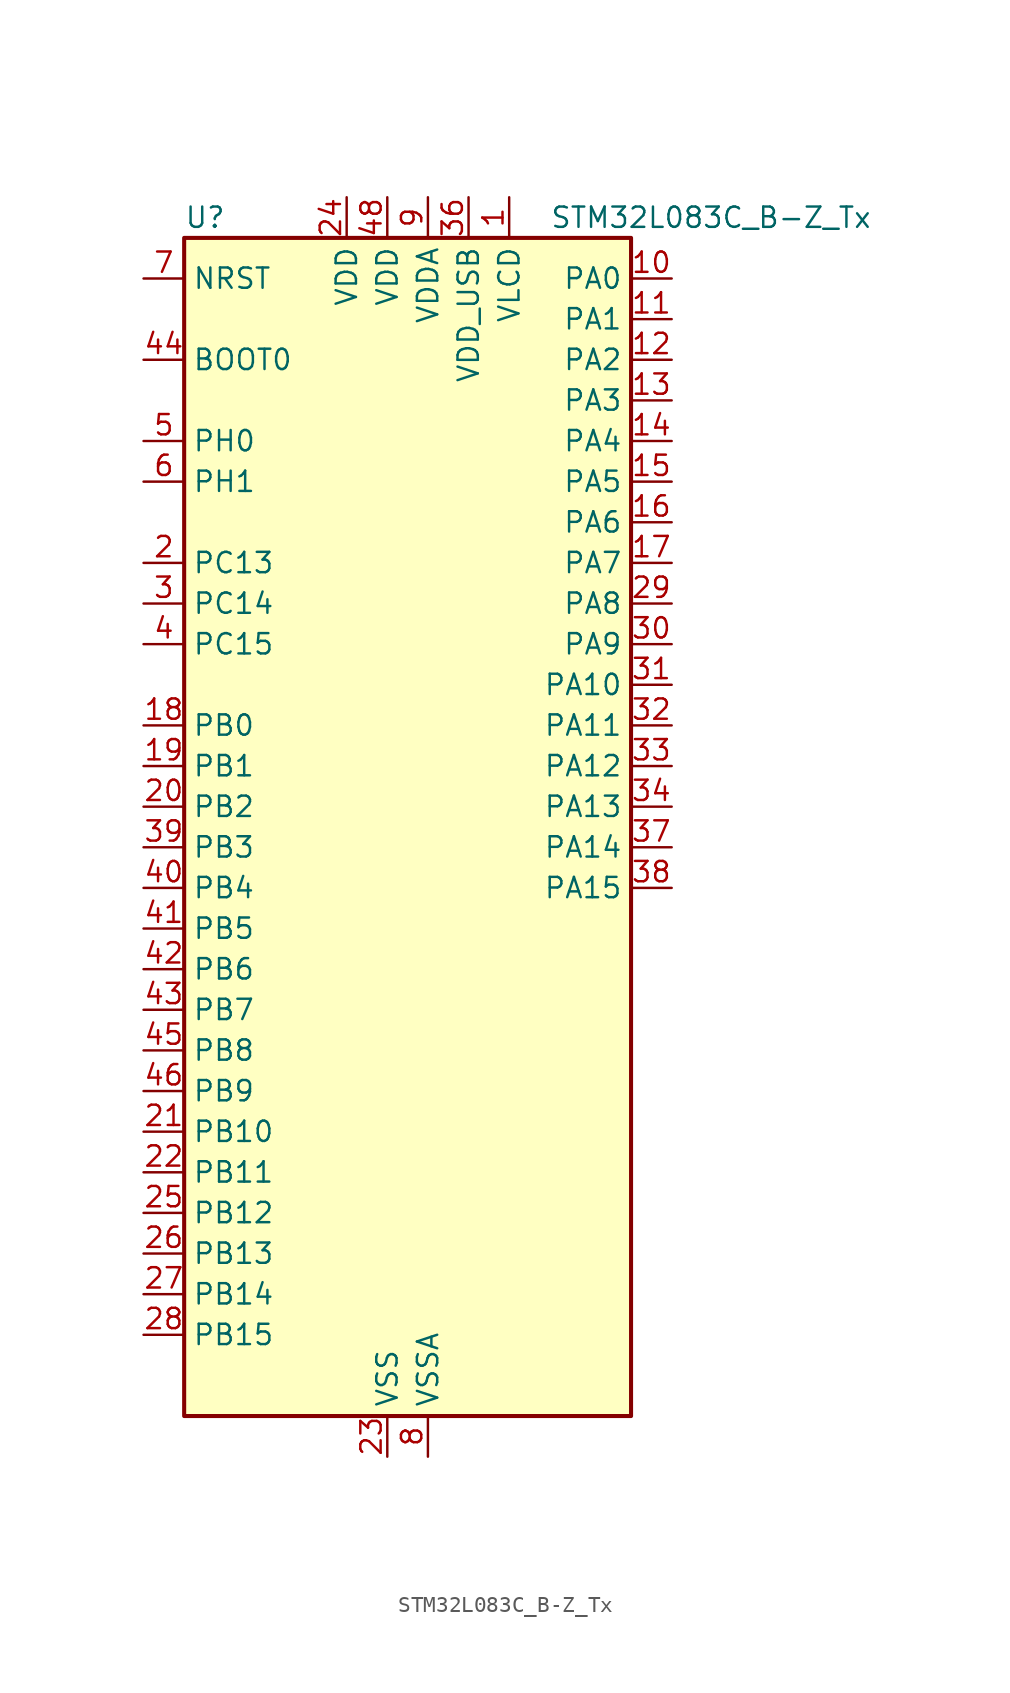
<source format=kicad_sym>
(kicad_symbol_lib
  (version 20220914)
  (generator kicad_symbol_editor)
  (symbol "STM32L083C_B-Z_Tx"
    (property "Reference" "U"
      (at -12.7 39.37 0)
      (effects (font (size 1.27 1.27)) (justify left)))
    (property "Value" "STM32L083C_B-Z_Tx"
      (at 10.16 39.37 0)
      (effects (font (size 1.27 1.27)) (justify left)))
    (property "ki_locked" ""
      (at 0 0 0)
      (effects (font (size 1.27 1.27))))
    (symbol "STM32L083C_B-Z_Tx_0_1"
      (rectangle (start -12.7 -35.56) (end 15.24 38.1) (stroke (width 0.254) (type default)) (fill (type background))))
    (symbol "STM32L083C_B-Z_Tx_1_1"
      (pin power_in line (at 7.62 40.64 270) (length 2.54) (name "VLCD" (effects (font (size 1.27 1.27)))) (number "1" (effects (font (size 1.27 1.27)))))
      (pin bidirectional line (at 17.78 35.56 180) (length 2.54) (name "PA0" (effects (font (size 1.27 1.27)))) (number "10" (effects (font (size 1.27 1.27)))) (alternate "ADC_IN0" bidirectional line) (alternate "COMP1_INM" bidirectional line) (alternate "COMP1_OUT" bidirectional line) (alternate "RTC_TAMP2" bidirectional line) (alternate "SYS_WKUP1" bidirectional line) (alternate "TIM2_CH1" bidirectional line) (alternate "TIM2_ETR" bidirectional line) (alternate "TSC_G1_IO1" bidirectional line) (alternate "USART2_CTS" bidirectional line) (alternate "USART4_TX" bidirectional line))
      (pin bidirectional line (at 17.78 33.02 180) (length 2.54) (name "PA1" (effects (font (size 1.27 1.27)))) (number "11" (effects (font (size 1.27 1.27)))) (alternate "ADC_IN1" bidirectional line) (alternate "COMP1_INP" bidirectional line) (alternate "LCD_SEG0" bidirectional line) (alternate "TIM21_ETR" bidirectional line) (alternate "TIM2_CH2" bidirectional line) (alternate "TSC_G1_IO2" bidirectional line) (alternate "USART2_DE" bidirectional line) (alternate "USART2_RTS" bidirectional line) (alternate "USART4_RX" bidirectional line))
      (pin bidirectional line (at 17.78 30.48 180) (length 2.54) (name "PA2" (effects (font (size 1.27 1.27)))) (number "12" (effects (font (size 1.27 1.27)))) (alternate "ADC_IN2" bidirectional line) (alternate "COMP2_INM" bidirectional line) (alternate "COMP2_OUT" bidirectional line) (alternate "LCD_SEG1" bidirectional line) (alternate "LPUART1_TX" bidirectional line) (alternate "TIM21_CH1" bidirectional line) (alternate "TIM2_CH3" bidirectional line) (alternate "TSC_G1_IO3" bidirectional line) (alternate "USART2_TX" bidirectional line))
      (pin bidirectional line (at 17.78 27.94 180) (length 2.54) (name "PA3" (effects (font (size 1.27 1.27)))) (number "13" (effects (font (size 1.27 1.27)))) (alternate "ADC_IN3" bidirectional line) (alternate "COMP2_INP" bidirectional line) (alternate "LCD_SEG2" bidirectional line) (alternate "LPUART1_RX" bidirectional line) (alternate "TIM21_CH2" bidirectional line) (alternate "TIM2_CH4" bidirectional line) (alternate "TSC_G1_IO4" bidirectional line) (alternate "USART2_RX" bidirectional line))
      (pin bidirectional line (at 17.78 25.4 180) (length 2.54) (name "PA4" (effects (font (size 1.27 1.27)))) (number "14" (effects (font (size 1.27 1.27)))) (alternate "ADC_IN4" bidirectional line) (alternate "COMP1_INM" bidirectional line) (alternate "COMP2_INM" bidirectional line) (alternate "DAC_OUT1" bidirectional line) (alternate "SPI1_NSS" bidirectional line) (alternate "TIM22_ETR" bidirectional line) (alternate "TSC_G2_IO1" bidirectional line) (alternate "USART2_CK" bidirectional line))
      (pin bidirectional line (at 17.78 22.86 180) (length 2.54) (name "PA5" (effects (font (size 1.27 1.27)))) (number "15" (effects (font (size 1.27 1.27)))) (alternate "ADC_IN5" bidirectional line) (alternate "COMP1_INM" bidirectional line) (alternate "COMP2_INM" bidirectional line) (alternate "DAC_OUT2" bidirectional line) (alternate "SPI1_SCK" bidirectional line) (alternate "TIM2_CH1" bidirectional line) (alternate "TIM2_ETR" bidirectional line) (alternate "TSC_G2_IO2" bidirectional line))
      (pin bidirectional line (at 17.78 20.32 180) (length 2.54) (name "PA6" (effects (font (size 1.27 1.27)))) (number "16" (effects (font (size 1.27 1.27)))) (alternate "ADC_IN6" bidirectional line) (alternate "COMP1_OUT" bidirectional line) (alternate "LCD_SEG3" bidirectional line) (alternate "LPUART1_CTS" bidirectional line) (alternate "SPI1_MISO" bidirectional line) (alternate "TIM22_CH1" bidirectional line) (alternate "TIM3_CH1" bidirectional line) (alternate "TSC_G2_IO3" bidirectional line))
      (pin bidirectional line (at 17.78 17.78 180) (length 2.54) (name "PA7" (effects (font (size 1.27 1.27)))) (number "17" (effects (font (size 1.27 1.27)))) (alternate "ADC_IN7" bidirectional line) (alternate "COMP2_OUT" bidirectional line) (alternate "LCD_SEG4" bidirectional line) (alternate "SPI1_MOSI" bidirectional line) (alternate "TIM22_CH2" bidirectional line) (alternate "TIM3_CH2" bidirectional line) (alternate "TSC_G2_IO4" bidirectional line))
      (pin bidirectional line (at -15.24 7.62 0) (length 2.54) (name "PB0" (effects (font (size 1.27 1.27)))) (number "18" (effects (font (size 1.27 1.27)))) (alternate "ADC_IN8" bidirectional line) (alternate "LCD_SEG5" bidirectional line) (alternate "LCD_VLCD3" bidirectional line) (alternate "SYS_VREF_OUT_PB0" bidirectional line) (alternate "TIM3_CH3" bidirectional line) (alternate "TSC_G3_IO2" bidirectional line))
      (pin bidirectional line (at -15.24 5.08 0) (length 2.54) (name "PB1" (effects (font (size 1.27 1.27)))) (number "19" (effects (font (size 1.27 1.27)))) (alternate "ADC_IN9" bidirectional line) (alternate "LCD_SEG6" bidirectional line) (alternate "LPUART1_DE" bidirectional line) (alternate "LPUART1_RTS" bidirectional line) (alternate "SYS_VREF_OUT_PB1" bidirectional line) (alternate "TIM3_CH4" bidirectional line) (alternate "TSC_G3_IO3" bidirectional line))
      (pin bidirectional line (at -15.24 17.78 0) (length 2.54) (name "PC13" (effects (font (size 1.27 1.27)))) (number "2" (effects (font (size 1.27 1.27)))) (alternate "RTC_OUT_ALARM" bidirectional line) (alternate "RTC_OUT_CALIB" bidirectional line) (alternate "RTC_TAMP1" bidirectional line) (alternate "RTC_TS" bidirectional line) (alternate "SYS_WKUP2" bidirectional line))
      (pin bidirectional line (at -15.24 2.54 0) (length 2.54) (name "PB2" (effects (font (size 1.27 1.27)))) (number "20" (effects (font (size 1.27 1.27)))) (alternate "I2C3_SMBA" bidirectional line) (alternate "LCD_VLCD2" bidirectional line) (alternate "LPTIM1_OUT" bidirectional line) (alternate "TSC_G3_IO4" bidirectional line))
      (pin bidirectional line (at -15.24 -17.78 0) (length 2.54) (name "PB10" (effects (font (size 1.27 1.27)))) (number "21" (effects (font (size 1.27 1.27)))) (alternate "I2C2_SCL" bidirectional line) (alternate "LCD_SEG10" bidirectional line) (alternate "LPUART1_RX" bidirectional line) (alternate "LPUART1_TX" bidirectional line) (alternate "SPI2_SCK" bidirectional line) (alternate "TIM2_CH3" bidirectional line) (alternate "TSC_SYNC" bidirectional line))
      (pin bidirectional line (at -15.24 -20.32 0) (length 2.54) (name "PB11" (effects (font (size 1.27 1.27)))) (number "22" (effects (font (size 1.27 1.27)))) (alternate "ADC_EXTI11" bidirectional line) (alternate "I2C2_SDA" bidirectional line) (alternate "LCD_SEG11" bidirectional line) (alternate "LPUART1_RX" bidirectional line) (alternate "LPUART1_TX" bidirectional line) (alternate "TIM2_CH4" bidirectional line) (alternate "TSC_G6_IO1" bidirectional line))
      (pin power_in line (at 0 -38.1 90) (length 2.54) (name "VSS" (effects (font (size 1.27 1.27)))) (number "23" (effects (font (size 1.27 1.27)))))
      (pin power_in line (at -2.54 40.64 270) (length 2.54) (name "VDD" (effects (font (size 1.27 1.27)))) (number "24" (effects (font (size 1.27 1.27)))))
      (pin bidirectional line (at -15.24 -22.86 0) (length 2.54) (name "PB12" (effects (font (size 1.27 1.27)))) (number "25" (effects (font (size 1.27 1.27)))) (alternate "I2S2_WS" bidirectional line) (alternate "LCD_SEG12" bidirectional line) (alternate "LCD_VLCD2" bidirectional line) (alternate "LPUART1_DE" bidirectional line) (alternate "LPUART1_RTS" bidirectional line) (alternate "SPI2_NSS" bidirectional line) (alternate "TSC_G6_IO2" bidirectional line))
      (pin bidirectional line (at -15.24 -25.4 0) (length 2.54) (name "PB13" (effects (font (size 1.27 1.27)))) (number "26" (effects (font (size 1.27 1.27)))) (alternate "I2C2_SCL" bidirectional line) (alternate "I2S2_CK" bidirectional line) (alternate "LCD_SEG13" bidirectional line) (alternate "LPUART1_CTS" bidirectional line) (alternate "RCC_MCO" bidirectional line) (alternate "SPI2_SCK" bidirectional line) (alternate "TIM21_CH1" bidirectional line) (alternate "TSC_G6_IO3" bidirectional line))
      (pin bidirectional line (at -15.24 -27.94 0) (length 2.54) (name "PB14" (effects (font (size 1.27 1.27)))) (number "27" (effects (font (size 1.27 1.27)))) (alternate "I2C2_SDA" bidirectional line) (alternate "I2S2_MCK" bidirectional line) (alternate "LCD_SEG14" bidirectional line) (alternate "LPUART1_DE" bidirectional line) (alternate "LPUART1_RTS" bidirectional line) (alternate "RTC_OUT_ALARM" bidirectional line) (alternate "RTC_OUT_CALIB" bidirectional line) (alternate "SPI2_MISO" bidirectional line) (alternate "TIM21_CH2" bidirectional line) (alternate "TSC_G6_IO4" bidirectional line))
      (pin bidirectional line (at -15.24 -30.48 0) (length 2.54) (name "PB15" (effects (font (size 1.27 1.27)))) (number "28" (effects (font (size 1.27 1.27)))) (alternate "I2S2_SD" bidirectional line) (alternate "LCD_SEG15" bidirectional line) (alternate "RTC_REFIN" bidirectional line) (alternate "SPI2_MOSI" bidirectional line))
      (pin bidirectional line (at 17.78 15.24 180) (length 2.54) (name "PA8" (effects (font (size 1.27 1.27)))) (number "29" (effects (font (size 1.27 1.27)))) (alternate "CRS_SYNC" bidirectional line) (alternate "I2C3_SCL" bidirectional line) (alternate "LCD_COM0" bidirectional line) (alternate "RCC_MCO" bidirectional line) (alternate "USART1_CK" bidirectional line))
      (pin bidirectional line (at -15.24 15.24 0) (length 2.54) (name "PC14" (effects (font (size 1.27 1.27)))) (number "3" (effects (font (size 1.27 1.27)))) (alternate "RCC_OSC32_IN" bidirectional line))
      (pin bidirectional line (at 17.78 12.7 180) (length 2.54) (name "PA9" (effects (font (size 1.27 1.27)))) (number "30" (effects (font (size 1.27 1.27)))) (alternate "DAC_EXTI9" bidirectional line) (alternate "I2C1_SCL" bidirectional line) (alternate "I2C3_SMBA" bidirectional line) (alternate "LCD_COM1" bidirectional line) (alternate "RCC_MCO" bidirectional line) (alternate "TSC_G4_IO1" bidirectional line) (alternate "USART1_TX" bidirectional line))
      (pin bidirectional line (at 17.78 10.16 180) (length 2.54) (name "PA10" (effects (font (size 1.27 1.27)))) (number "31" (effects (font (size 1.27 1.27)))) (alternate "I2C1_SDA" bidirectional line) (alternate "LCD_COM2" bidirectional line) (alternate "TSC_G4_IO2" bidirectional line) (alternate "USART1_RX" bidirectional line))
      (pin bidirectional line (at 17.78 7.62 180) (length 2.54) (name "PA11" (effects (font (size 1.27 1.27)))) (number "32" (effects (font (size 1.27 1.27)))) (alternate "ADC_EXTI11" bidirectional line) (alternate "COMP1_OUT" bidirectional line) (alternate "SPI1_MISO" bidirectional line) (alternate "TSC_G4_IO3" bidirectional line) (alternate "USART1_CTS" bidirectional line) (alternate "USB_DM" bidirectional line))
      (pin bidirectional line (at 17.78 5.08 180) (length 2.54) (name "PA12" (effects (font (size 1.27 1.27)))) (number "33" (effects (font (size 1.27 1.27)))) (alternate "COMP2_OUT" bidirectional line) (alternate "SPI1_MOSI" bidirectional line) (alternate "TSC_G4_IO4" bidirectional line) (alternate "USART1_DE" bidirectional line) (alternate "USART1_RTS" bidirectional line) (alternate "USB_DP" bidirectional line))
      (pin bidirectional line (at 17.78 2.54 180) (length 2.54) (name "PA13" (effects (font (size 1.27 1.27)))) (number "34" (effects (font (size 1.27 1.27)))) (alternate "LPUART1_RX" bidirectional line) (alternate "SYS_SWDIO" bidirectional line) (alternate "USB_NOE" bidirectional line))
      (pin passive line (at 0 -38.1 90) (length 2.54) hide (name "VSS" (effects (font (size 1.27 1.27)))) (number "35" (effects (font (size 1.27 1.27)))))
      (pin power_in line (at 5.08 40.64 270) (length 2.54) (name "VDD_USB" (effects (font (size 1.27 1.27)))) (number "36" (effects (font (size 1.27 1.27)))))
      (pin bidirectional line (at 17.78 0 180) (length 2.54) (name "PA14" (effects (font (size 1.27 1.27)))) (number "37" (effects (font (size 1.27 1.27)))) (alternate "LPUART1_TX" bidirectional line) (alternate "SYS_SWCLK" bidirectional line) (alternate "USART2_TX" bidirectional line))
      (pin bidirectional line (at 17.78 -2.54 180) (length 2.54) (name "PA15" (effects (font (size 1.27 1.27)))) (number "38" (effects (font (size 1.27 1.27)))) (alternate "LCD_SEG17" bidirectional line) (alternate "SPI1_NSS" bidirectional line) (alternate "TIM2_CH1" bidirectional line) (alternate "TIM2_ETR" bidirectional line) (alternate "USART2_RX" bidirectional line) (alternate "USART4_DE" bidirectional line) (alternate "USART4_RTS" bidirectional line))
      (pin bidirectional line (at -15.24 0 0) (length 2.54) (name "PB3" (effects (font (size 1.27 1.27)))) (number "39" (effects (font (size 1.27 1.27)))) (alternate "COMP2_INM" bidirectional line) (alternate "LCD_SEG7" bidirectional line) (alternate "SPI1_SCK" bidirectional line) (alternate "TIM2_CH2" bidirectional line) (alternate "TSC_G5_IO1" bidirectional line) (alternate "USART1_DE" bidirectional line) (alternate "USART1_RTS" bidirectional line) (alternate "USART5_TX" bidirectional line))
      (pin bidirectional line (at -15.24 12.7 0) (length 2.54) (name "PC15" (effects (font (size 1.27 1.27)))) (number "4" (effects (font (size 1.27 1.27)))) (alternate "RCC_OSC32_OUT" bidirectional line))
      (pin bidirectional line (at -15.24 -2.54 0) (length 2.54) (name "PB4" (effects (font (size 1.27 1.27)))) (number "40" (effects (font (size 1.27 1.27)))) (alternate "COMP2_INP" bidirectional line) (alternate "I2C3_SDA" bidirectional line) (alternate "LCD_SEG8" bidirectional line) (alternate "SPI1_MISO" bidirectional line) (alternate "TIM22_CH1" bidirectional line) (alternate "TIM3_CH1" bidirectional line) (alternate "TSC_G5_IO2" bidirectional line) (alternate "USART1_CTS" bidirectional line) (alternate "USART5_RX" bidirectional line))
      (pin bidirectional line (at -15.24 -5.08 0) (length 2.54) (name "PB5" (effects (font (size 1.27 1.27)))) (number "41" (effects (font (size 1.27 1.27)))) (alternate "COMP2_INP" bidirectional line) (alternate "I2C1_SMBA" bidirectional line) (alternate "LCD_SEG9" bidirectional line) (alternate "LPTIM1_IN1" bidirectional line) (alternate "SPI1_MOSI" bidirectional line) (alternate "TIM22_CH2" bidirectional line) (alternate "TIM3_CH2" bidirectional line) (alternate "USART1_CK" bidirectional line) (alternate "USART5_CK" bidirectional line) (alternate "USART5_DE" bidirectional line) (alternate "USART5_RTS" bidirectional line))
      (pin bidirectional line (at -15.24 -7.62 0) (length 2.54) (name "PB6" (effects (font (size 1.27 1.27)))) (number "42" (effects (font (size 1.27 1.27)))) (alternate "COMP2_INP" bidirectional line) (alternate "I2C1_SCL" bidirectional line) (alternate "LPTIM1_ETR" bidirectional line) (alternate "TSC_G5_IO3" bidirectional line) (alternate "USART1_TX" bidirectional line))
      (pin bidirectional line (at -15.24 -10.16 0) (length 2.54) (name "PB7" (effects (font (size 1.27 1.27)))) (number "43" (effects (font (size 1.27 1.27)))) (alternate "COMP2_INP" bidirectional line) (alternate "I2C1_SDA" bidirectional line) (alternate "LPTIM1_IN2" bidirectional line) (alternate "SYS_PVD_IN" bidirectional line) (alternate "TSC_G5_IO4" bidirectional line) (alternate "USART1_RX" bidirectional line) (alternate "USART4_CTS" bidirectional line))
      (pin input line (at -15.24 30.48 0) (length 2.54) (name "BOOT0" (effects (font (size 1.27 1.27)))) (number "44" (effects (font (size 1.27 1.27)))))
      (pin bidirectional line (at -15.24 -12.7 0) (length 2.54) (name "PB8" (effects (font (size 1.27 1.27)))) (number "45" (effects (font (size 1.27 1.27)))) (alternate "I2C1_SCL" bidirectional line) (alternate "LCD_SEG16" bidirectional line) (alternate "TSC_SYNC" bidirectional line))
      (pin bidirectional line (at -15.24 -15.24 0) (length 2.54) (name "PB9" (effects (font (size 1.27 1.27)))) (number "46" (effects (font (size 1.27 1.27)))) (alternate "DAC_EXTI9" bidirectional line) (alternate "I2C1_SDA" bidirectional line) (alternate "I2S2_WS" bidirectional line) (alternate "LCD_COM3" bidirectional line) (alternate "SPI2_NSS" bidirectional line))
      (pin passive line (at 0 -38.1 90) (length 2.54) hide (name "VSS" (effects (font (size 1.27 1.27)))) (number "47" (effects (font (size 1.27 1.27)))))
      (pin power_in line (at 0 40.64 270) (length 2.54) (name "VDD" (effects (font (size 1.27 1.27)))) (number "48" (effects (font (size 1.27 1.27)))))
      (pin bidirectional line (at -15.24 25.4 0) (length 2.54) (name "PH0" (effects (font (size 1.27 1.27)))) (number "5" (effects (font (size 1.27 1.27)))) (alternate "CRS_SYNC" bidirectional line) (alternate "RCC_OSC_IN" bidirectional line))
      (pin bidirectional line (at -15.24 22.86 0) (length 2.54) (name "PH1" (effects (font (size 1.27 1.27)))) (number "6" (effects (font (size 1.27 1.27)))) (alternate "RCC_OSC_OUT" bidirectional line))
      (pin input line (at -15.24 35.56 0) (length 2.54) (name "NRST" (effects (font (size 1.27 1.27)))) (number "7" (effects (font (size 1.27 1.27)))))
      (pin power_in line (at 2.54 -38.1 90) (length 2.54) (name "VSSA" (effects (font (size 1.27 1.27)))) (number "8" (effects (font (size 1.27 1.27)))))
      (pin power_in line (at 2.54 40.64 270) (length 2.54) (name "VDDA" (effects (font (size 1.27 1.27)))) (number "9" (effects (font (size 1.27 1.27))))))))
</source>
